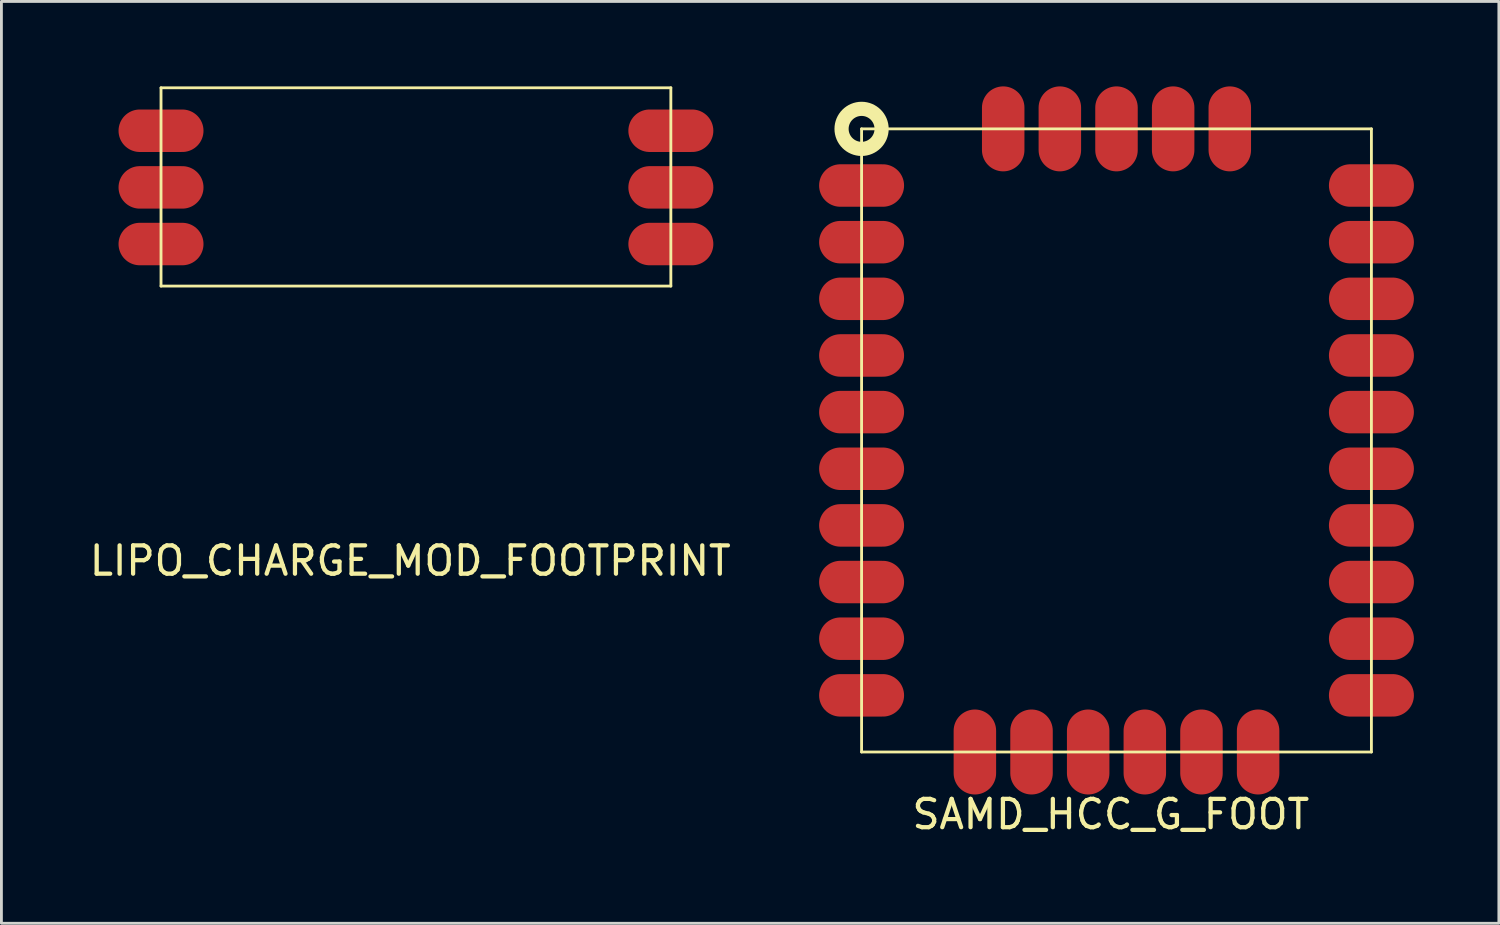
<source format=kicad_pcb>
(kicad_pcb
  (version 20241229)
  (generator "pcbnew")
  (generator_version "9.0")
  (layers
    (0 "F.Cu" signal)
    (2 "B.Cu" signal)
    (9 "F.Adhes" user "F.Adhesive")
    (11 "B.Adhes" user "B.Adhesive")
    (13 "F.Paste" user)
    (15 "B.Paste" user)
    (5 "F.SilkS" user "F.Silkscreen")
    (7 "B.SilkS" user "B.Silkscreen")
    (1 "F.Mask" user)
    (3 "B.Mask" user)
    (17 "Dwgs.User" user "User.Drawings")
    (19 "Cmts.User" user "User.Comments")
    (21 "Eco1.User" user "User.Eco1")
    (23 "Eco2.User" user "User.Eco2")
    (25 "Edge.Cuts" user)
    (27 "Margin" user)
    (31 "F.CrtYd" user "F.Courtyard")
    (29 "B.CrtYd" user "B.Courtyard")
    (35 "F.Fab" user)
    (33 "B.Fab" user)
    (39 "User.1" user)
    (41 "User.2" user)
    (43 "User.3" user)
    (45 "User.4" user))
  (footprint "LIPO_CHARGE_MOD_FOOTPRINT"
    (layer "F.Cu")
    (at 11.635 3.55)
    (property "Reference" "LIPO_CHARGE_MOD_FOOTPRINT" (at -0.2 13.2 0) (layer "F.SilkS") (effects (font (size 1 1) (thickness 0.15))))
    (attr through_hole)
    (fp_line (start -9 -3.5) (end 9 -3.5) (stroke (width 0.1) (type solid)) (layer "F.SilkS"))
    (fp_line (start -9 3.5) (end -9 -3.5) (stroke (width 0.1) (type solid)) (layer "F.SilkS"))
    (fp_line (start -9 3.5) (end 9 3.5) (stroke (width 0.1) (type solid)) (layer "F.SilkS"))
    (fp_line (start 9 -3.5) (end 9 3.5) (stroke (width 0.1) (type solid)) (layer "F.SilkS"))
    (pad "1" smd oval (at -9 -1.984) (size 3 1.5) (layers "F.Cu" "F.Mask" "F.Paste"))
    (pad "1" smd oval (at 9 -1.984) (size 3 1.5) (layers "F.Cu" "F.Mask" "F.Paste"))
    (pad "2" smd oval (at -9 0.016) (size 3 1.5) (layers "F.Cu" "F.Mask" "F.Paste"))
    (pad "2" smd oval (at 9 0.016) (size 3 1.5) (layers "F.Cu" "F.Mask" "F.Paste"))
    (pad "3" smd oval (at -9 2.016) (size 3 1.5) (layers "F.Cu" "F.Mask" "F.Paste"))
    (pad "3" smd oval (at 9 2.016) (size 3 1.5) (layers "F.Cu" "F.Mask" "F.Paste")))
  (footprint "SAMD_HCC_G_FOOT"
    (layer "F.Cu")
    (at 36.369 12.5)
    (property "Reference" "SAMD_HCC_G_FOOT" (at -0.2 13.2 0) (layer "F.SilkS") (effects (font (size 1 1) (thickness 0.15))))
    (attr through_hole)
    (fp_line (start -9 -11) (end 9 -11) (stroke (width 0.1) (type solid)) (layer "F.SilkS"))
    (fp_line (start -9 11) (end -9 -11) (stroke (width 0.1) (type solid)) (layer "F.SilkS"))
    (fp_line (start 9 -11) (end 9 11) (stroke (width 0.1) (type solid)) (layer "F.SilkS"))
    (fp_line (start 9 11) (end -9 11) (stroke (width 0.1) (type solid)) (layer "F.SilkS"))
    (fp_circle (center -9 -11) (end -8.5 -10.5) (stroke (width 0.5) (type solid)) (fill no) (layer "F.SilkS"))
    (pad "1" smd oval (at -9 -9) (size 3 1.5) (layers "F.Cu" "F.Mask" "F.Paste"))
    (pad "2" smd oval (at -9 -7) (size 3 1.5) (layers "F.Cu" "F.Mask" "F.Paste"))
    (pad "3" smd oval (at -9 -5) (size 3 1.5) (layers "F.Cu" "F.Mask" "F.Paste"))
    (pad "4" smd oval (at -9 -3) (size 3 1.5) (layers "F.Cu" "F.Mask" "F.Paste"))
    (pad "5" smd oval (at -9 -1) (size 3 1.5) (layers "F.Cu" "F.Mask" "F.Paste"))
    (pad "6" smd oval (at -9 1) (size 3 1.5) (layers "F.Cu" "F.Mask" "F.Paste"))
    (pad "7" smd oval (at -9 3) (size 3 1.5) (layers "F.Cu" "F.Mask" "F.Paste"))
    (pad "8" smd oval (at -9 5) (size 3 1.5) (layers "F.Cu" "F.Mask" "F.Paste"))
    (pad "9" smd oval (at -9 7) (size 3 1.5) (layers "F.Cu" "F.Mask" "F.Paste"))
    (pad "10" smd oval (at -9 9) (size 3 1.5) (layers "F.Cu" "F.Mask" "F.Paste"))
    (pad "11" smd oval (at -5 11 270) (size 3 1.5) (layers "F.Cu" "F.Mask" "F.Paste"))
    (pad "12" smd oval (at -3 11 270) (size 3 1.5) (layers "F.Cu" "F.Mask" "F.Paste"))
    (pad "13" smd oval (at -1 11 270) (size 3 1.5) (layers "F.Cu" "F.Mask" "F.Paste"))
    (pad "14" smd oval (at 1 11 270) (size 3 1.5) (layers "F.Cu" "F.Mask" "F.Paste"))
    (pad "15" smd oval (at 3 11 270) (size 3 1.5) (layers "F.Cu" "F.Mask" "F.Paste"))
    (pad "16" smd oval (at 5 11 270) (size 3 1.5) (layers "F.Cu" "F.Mask" "F.Paste"))
    (pad "17" smd oval (at 9 9) (size 3 1.5) (layers "F.Cu" "F.Mask" "F.Paste"))
    (pad "18" smd oval (at 9 7) (size 3 1.5) (layers "F.Cu" "F.Mask" "F.Paste"))
    (pad "19" smd oval (at 9 5) (size 3 1.5) (layers "F.Cu" "F.Mask" "F.Paste"))
    (pad "20" smd oval (at 9 3) (size 3 1.5) (layers "F.Cu" "F.Mask" "F.Paste"))
    (pad "21" smd oval (at 9 1) (size 3 1.5) (layers "F.Cu" "F.Mask" "F.Paste"))
    (pad "22" smd oval (at 9 -1) (size 3 1.5) (layers "F.Cu" "F.Mask" "F.Paste"))
    (pad "23" smd oval (at 9 -3) (size 3 1.5) (layers "F.Cu" "F.Mask" "F.Paste"))
    (pad "24" smd oval (at 9 -5) (size 3 1.5) (layers "F.Cu" "F.Mask" "F.Paste"))
    (pad "25" smd oval (at 9 -7) (size 3 1.5) (layers "F.Cu" "F.Mask" "F.Paste"))
    (pad "26" smd oval (at 9 -9) (size 3 1.5) (layers "F.Cu" "F.Mask" "F.Paste"))
    (pad "27" smd oval (at 4 -11 270) (size 3 1.5) (layers "F.Cu" "F.Mask" "F.Paste"))
    (pad "28" smd oval (at 2 -11 270) (size 3 1.5) (layers "F.Cu" "F.Mask" "F.Paste"))
    (pad "29" smd oval (at 0 -11 270) (size 3 1.5) (layers "F.Cu" "F.Mask" "F.Paste"))
    (pad "30" smd oval (at -2 -11 270) (size 3 1.5) (layers "F.Cu" "F.Mask" "F.Paste"))
    (pad "31" smd oval (at -4 -11 270) (size 3 1.5) (layers "F.Cu" "F.Mask" "F.Paste")))
  (gr_rect
    (start -3 -3)
    (end 49.869 29.548)
    (stroke (width 0.1) (type default))
    (fill no)
    (layer "Edge.Cuts")))
</source>
